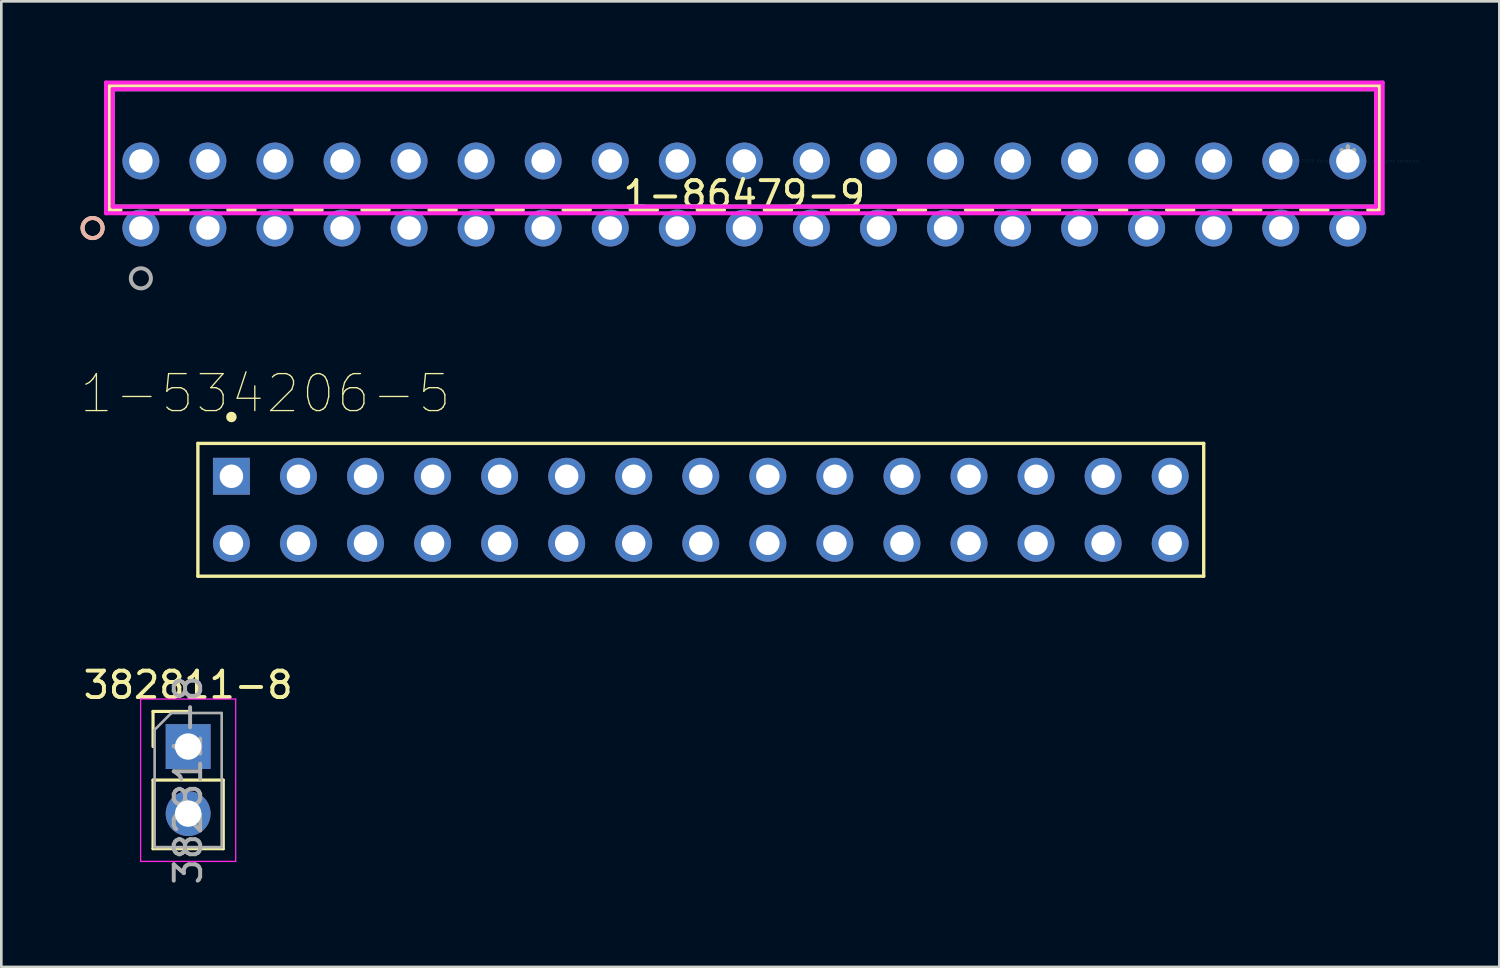
<source format=kicad_pcb>
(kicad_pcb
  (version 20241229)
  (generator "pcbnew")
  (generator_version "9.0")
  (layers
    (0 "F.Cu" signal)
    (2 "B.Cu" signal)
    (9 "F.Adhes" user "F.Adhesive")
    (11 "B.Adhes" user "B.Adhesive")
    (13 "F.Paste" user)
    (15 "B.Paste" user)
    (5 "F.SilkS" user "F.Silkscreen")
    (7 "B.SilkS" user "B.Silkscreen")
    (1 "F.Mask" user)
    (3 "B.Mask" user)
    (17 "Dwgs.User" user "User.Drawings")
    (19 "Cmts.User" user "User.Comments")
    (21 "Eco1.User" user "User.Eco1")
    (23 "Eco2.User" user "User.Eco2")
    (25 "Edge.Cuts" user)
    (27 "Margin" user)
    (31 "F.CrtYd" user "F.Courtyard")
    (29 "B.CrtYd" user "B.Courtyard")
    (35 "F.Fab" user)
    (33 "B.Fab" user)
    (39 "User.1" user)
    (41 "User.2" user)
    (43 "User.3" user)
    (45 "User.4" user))
  (footprint "382811-8"
    (layer "F.Cu")
    (at 4.077 25.229)
    (property "Reference" "382811-8" (at 0 -2.33 0) (layer "F.SilkS") (effects (font (size 1 1) (thickness 0.15))))
    (attr through_hole)
    (fp_line (start -1.33 -1.33) (end 0 -1.33) (stroke (width 0.12) (type solid)) (layer "F.SilkS"))
    (fp_line (start -1.33 0) (end -1.33 -1.33) (stroke (width 0.12) (type solid)) (layer "F.SilkS"))
    (fp_line (start -1.33 1.27) (end -1.33 3.87) (stroke (width 0.12) (type solid)) (layer "F.SilkS"))
    (fp_line (start -1.33 1.27) (end 1.33 1.27) (stroke (width 0.12) (type solid)) (layer "F.SilkS"))
    (fp_line (start -1.33 3.87) (end 1.33 3.87) (stroke (width 0.12) (type solid)) (layer "F.SilkS"))
    (fp_line (start 1.33 1.27) (end 1.33 3.87) (stroke (width 0.12) (type solid)) (layer "F.SilkS"))
    (fp_line (start -1.8 -1.8) (end -1.8 4.35) (stroke (width 0.05) (type solid)) (layer "F.CrtYd"))
    (fp_line (start -1.8 4.35) (end 1.8 4.35) (stroke (width 0.05) (type solid)) (layer "F.CrtYd"))
    (fp_line (start 1.8 -1.8) (end -1.8 -1.8) (stroke (width 0.05) (type solid)) (layer "F.CrtYd"))
    (fp_line (start 1.8 4.35) (end 1.8 -1.8) (stroke (width 0.05) (type solid)) (layer "F.CrtYd"))
    (fp_line (start -1.27 -0.635) (end -0.635 -1.27) (stroke (width 0.1) (type solid)) (layer "F.Fab"))
    (fp_line (start -1.27 3.81) (end -1.27 -0.635) (stroke (width 0.1) (type solid)) (layer "F.Fab"))
    (fp_line (start -0.635 -1.27) (end 1.27 -1.27) (stroke (width 0.1) (type solid)) (layer "F.Fab"))
    (fp_line (start 1.27 -1.27) (end 1.27 3.81) (stroke (width 0.1) (type solid)) (layer "F.Fab"))
    (fp_line (start 1.27 3.81) (end -1.27 3.81) (stroke (width 0.1) (type solid)) (layer "F.Fab"))
    (fp_text user "${REFERENCE}" (at 0 1.27 90) (layer "F.Fab") (effects (font (size 1 1) (thickness 0.15))))
    (pad "1" thru_hole rect (at 0 0) (size 1.7 1.7) (drill 1) (layers "*.Cu" "*.Mask"))
    (pad "2" thru_hole oval (at 0 2.54) (size 1.7 1.7) (drill 1) (layers "*.Cu" "*.Mask")))
  (footprint "1-86479-9"
    (layer "F.Cu")
    (at 48.006 3.048)
    (property "Reference" "1-86479-9" (at -22.86 1.27 0) (layer "F.SilkS") (effects (font (size 1 1) (thickness 0.15))))
    (attr through_hole)
    (fp_line (start -46.914 -2.845) (end -46.914 1.854) (stroke (width 0.152) (type solid)) (layer "F.SilkS"))
    (fp_line (start -46.914 1.854) (end -46.49 1.854) (stroke (width 0.152) (type solid)) (layer "F.SilkS"))
    (fp_line (start -44.95 1.854) (end -43.95 1.854) (stroke (width 0.152) (type solid)) (layer "F.SilkS"))
    (fp_line (start -42.41 1.854) (end -41.41 1.854) (stroke (width 0.152) (type solid)) (layer "F.SilkS"))
    (fp_line (start -39.87 1.854) (end -38.87 1.854) (stroke (width 0.152) (type solid)) (layer "F.SilkS"))
    (fp_line (start -37.33 1.854) (end -36.33 1.854) (stroke (width 0.152) (type solid)) (layer "F.SilkS"))
    (fp_line (start -34.79 1.854) (end -33.79 1.854) (stroke (width 0.152) (type solid)) (layer "F.SilkS"))
    (fp_line (start -32.25 1.854) (end -31.25 1.854) (stroke (width 0.152) (type solid)) (layer "F.SilkS"))
    (fp_line (start -29.71 1.854) (end -28.71 1.854) (stroke (width 0.152) (type solid)) (layer "F.SilkS"))
    (fp_line (start -27.17 1.854) (end -26.17 1.854) (stroke (width 0.152) (type solid)) (layer "F.SilkS"))
    (fp_line (start -24.63 1.854) (end -23.63 1.854) (stroke (width 0.152) (type solid)) (layer "F.SilkS"))
    (fp_line (start -22.09 1.854) (end -21.09 1.854) (stroke (width 0.152) (type solid)) (layer "F.SilkS"))
    (fp_line (start -19.55 1.854) (end -18.55 1.854) (stroke (width 0.152) (type solid)) (layer "F.SilkS"))
    (fp_line (start -17.01 1.854) (end -16.01 1.854) (stroke (width 0.152) (type solid)) (layer "F.SilkS"))
    (fp_line (start -14.47 1.854) (end -13.47 1.854) (stroke (width 0.152) (type solid)) (layer "F.SilkS"))
    (fp_line (start -11.93 1.854) (end -10.93 1.854) (stroke (width 0.152) (type solid)) (layer "F.SilkS"))
    (fp_line (start -9.39 1.854) (end -8.39 1.854) (stroke (width 0.152) (type solid)) (layer "F.SilkS"))
    (fp_line (start -6.85 1.854) (end -5.85 1.854) (stroke (width 0.152) (type solid)) (layer "F.SilkS"))
    (fp_line (start -4.31 1.854) (end -3.31 1.854) (stroke (width 0.152) (type solid)) (layer "F.SilkS"))
    (fp_line (start -1.77 1.854) (end -0.77 1.854) (stroke (width 0.152) (type solid)) (layer "F.SilkS"))
    (fp_line (start 0.77 1.854) (end 1.194 1.854) (stroke (width 0.152) (type solid)) (layer "F.SilkS"))
    (fp_line (start 1.194 -2.845) (end -46.914 -2.845) (stroke (width 0.152) (type solid)) (layer "F.SilkS"))
    (fp_line (start 1.194 1.854) (end 1.194 -2.845) (stroke (width 0.152) (type solid)) (layer "F.SilkS"))
    (fp_circle (center -47.549 2.54) (end -47.168 2.54) (stroke (width 0.152) (type solid)) (fill no) (layer "F.SilkS"))
    (fp_circle (center -47.549 2.54) (end -47.168 2.54) (stroke (width 0.152) (type solid)) (fill no) (layer "B.SilkS"))
    (fp_line (start -47.041 -2.972) (end -47.041 1.981) (stroke (width 0.152) (type solid)) (layer "F.CrtYd"))
    (fp_line (start -47.041 1.981) (end 1.321 1.981) (stroke (width 0.152) (type solid)) (layer "F.CrtYd"))
    (fp_line (start -46.787 -2.718) (end -46.787 1.727) (stroke (width 0.152) (type solid)) (layer "F.CrtYd"))
    (fp_line (start -46.787 1.727) (end 1.067 1.727) (stroke (width 0.152) (type solid)) (layer "F.CrtYd"))
    (fp_line (start 1.067 -2.718) (end -46.787 -2.718) (stroke (width 0.152) (type solid)) (layer "F.CrtYd"))
    (fp_line (start 1.067 1.727) (end 1.067 -2.718) (stroke (width 0.152) (type solid)) (layer "F.CrtYd"))
    (fp_line (start 1.321 -2.972) (end -47.041 -2.972) (stroke (width 0.152) (type solid)) (layer "F.CrtYd"))
    (fp_line (start 1.321 1.981) (end 1.321 -2.972) (stroke (width 0.152) (type solid)) (layer "F.CrtYd"))
    (fp_line (start -46.787 -2.718) (end -46.787 1.727) (stroke (width 0.152) (type solid)) (layer "F.Fab"))
    (fp_line (start -46.787 1.727) (end 1.067 1.727) (stroke (width 0.152) (type solid)) (layer "F.Fab"))
    (fp_line (start 1.067 -2.718) (end -46.787 -2.718) (stroke (width 0.152) (type solid)) (layer "F.Fab"))
    (fp_line (start 1.067 1.727) (end 1.067 -2.718) (stroke (width 0.152) (type solid)) (layer "F.Fab"))
    (fp_circle (center -45.72 4.445) (end -45.339 4.445) (stroke (width 0.152) (type solid)) (fill no) (layer "F.Fab"))
    (fp_text user "*" (at 0 0 0) (layer "F.SilkS") (effects (font (size 1 1) (thickness 0.15))))
    (fp_text user "Copyright 2016 Accelerated Designs. All rights reserved." (at 0 0 0) (layer "Cmts.User") (effects (font (size 0.127 0.127) (thickness 0.002))))
    (fp_text user "*" (at 0 0 0) (layer "F.Fab") (effects (font (size 1 1) (thickness 0.15))))
    (pad "1" thru_hole circle (at -45.72 2.54) (size 1.397 1.397) (drill 0.889) (layers "*.Cu" "*.Mask"))
    (pad "2" thru_hole circle (at -43.18 2.54) (size 1.397 1.397) (drill 0.889) (layers "*.Cu" "*.Mask"))
    (pad "3" thru_hole circle (at -40.64 2.54) (size 1.397 1.397) (drill 0.889) (layers "*.Cu" "*.Mask"))
    (pad "4" thru_hole circle (at -38.1 2.54) (size 1.397 1.397) (drill 0.889) (layers "*.Cu" "*.Mask"))
    (pad "5" thru_hole circle (at -35.56 2.54) (size 1.397 1.397) (drill 0.889) (layers "*.Cu" "*.Mask"))
    (pad "6" thru_hole circle (at -33.02 2.54) (size 1.397 1.397) (drill 0.889) (layers "*.Cu" "*.Mask"))
    (pad "7" thru_hole circle (at -30.48 2.54) (size 1.397 1.397) (drill 0.889) (layers "*.Cu" "*.Mask"))
    (pad "8" thru_hole circle (at -27.94 2.54) (size 1.397 1.397) (drill 0.889) (layers "*.Cu" "*.Mask"))
    (pad "9" thru_hole circle (at -25.4 2.54) (size 1.397 1.397) (drill 0.889) (layers "*.Cu" "*.Mask"))
    (pad "10" thru_hole circle (at -22.86 2.54) (size 1.397 1.397) (drill 0.889) (layers "*.Cu" "*.Mask"))
    (pad "11" thru_hole circle (at -20.32 2.54) (size 1.397 1.397) (drill 0.889) (layers "*.Cu" "*.Mask"))
    (pad "12" thru_hole circle (at -17.78 2.54) (size 1.397 1.397) (drill 0.889) (layers "*.Cu" "*.Mask"))
    (pad "13" thru_hole circle (at -15.24 2.54) (size 1.397 1.397) (drill 0.889) (layers "*.Cu" "*.Mask"))
    (pad "14" thru_hole circle (at -12.7 2.54) (size 1.397 1.397) (drill 0.889) (layers "*.Cu" "*.Mask"))
    (pad "15" thru_hole circle (at -10.16 2.54) (size 1.397 1.397) (drill 0.889) (layers "*.Cu" "*.Mask"))
    (pad "16" thru_hole circle (at -7.62 2.54) (size 1.397 1.397) (drill 0.889) (layers "*.Cu" "*.Mask"))
    (pad "17" thru_hole circle (at -5.08 2.54) (size 1.397 1.397) (drill 0.889) (layers "*.Cu" "*.Mask"))
    (pad "18" thru_hole circle (at -2.54 2.54) (size 1.397 1.397) (drill 0.889) (layers "*.Cu" "*.Mask"))
    (pad "19" thru_hole circle (at 0 2.54) (size 1.397 1.397) (drill 0.889) (layers "*.Cu" "*.Mask"))
    (pad "20" thru_hole circle (at -45.72 0) (size 1.397 1.397) (drill 0.889) (layers "*.Cu" "*.Mask"))
    (pad "21" thru_hole circle (at -43.18 0) (size 1.397 1.397) (drill 0.889) (layers "*.Cu" "*.Mask"))
    (pad "22" thru_hole circle (at -40.64 0) (size 1.397 1.397) (drill 0.889) (layers "*.Cu" "*.Mask"))
    (pad "23" thru_hole circle (at -38.1 0) (size 1.397 1.397) (drill 0.889) (layers "*.Cu" "*.Mask"))
    (pad "24" thru_hole circle (at -35.56 0) (size 1.397 1.397) (drill 0.889) (layers "*.Cu" "*.Mask"))
    (pad "25" thru_hole circle (at -33.02 0) (size 1.397 1.397) (drill 0.889) (layers "*.Cu" "*.Mask"))
    (pad "26" thru_hole circle (at -30.48 0) (size 1.397 1.397) (drill 0.889) (layers "*.Cu" "*.Mask"))
    (pad "27" thru_hole circle (at -27.94 0) (size 1.397 1.397) (drill 0.889) (layers "*.Cu" "*.Mask"))
    (pad "28" thru_hole circle (at -25.4 0) (size 1.397 1.397) (drill 0.889) (layers "*.Cu" "*.Mask"))
    (pad "29" thru_hole circle (at -22.86 0) (size 1.397 1.397) (drill 0.889) (layers "*.Cu" "*.Mask"))
    (pad "30" thru_hole circle (at -20.32 0) (size 1.397 1.397) (drill 0.889) (layers "*.Cu" "*.Mask"))
    (pad "31" thru_hole circle (at -17.78 0) (size 1.397 1.397) (drill 0.889) (layers "*.Cu" "*.Mask"))
    (pad "32" thru_hole circle (at -15.24 0) (size 1.397 1.397) (drill 0.889) (layers "*.Cu" "*.Mask"))
    (pad "33" thru_hole circle (at -12.7 0) (size 1.397 1.397) (drill 0.889) (layers "*.Cu" "*.Mask"))
    (pad "34" thru_hole circle (at -10.16 0) (size 1.397 1.397) (drill 0.889) (layers "*.Cu" "*.Mask"))
    (pad "35" thru_hole circle (at -7.62 0) (size 1.397 1.397) (drill 0.889) (layers "*.Cu" "*.Mask"))
    (pad "36" thru_hole circle (at -5.08 0) (size 1.397 1.397) (drill 0.889) (layers "*.Cu" "*.Mask"))
    (pad "37" thru_hole circle (at -2.54 0) (size 1.397 1.397) (drill 0.889) (layers "*.Cu" "*.Mask"))
    (pad "38" thru_hole circle (at 0 0) (size 1.397 1.397) (drill 0.889) (layers "*.Cu" "*.Mask")))
  (footprint "1-534206-5"
    (layer "F.Cu")
    (at 23.496 16.261)
    (property "Reference" "1-534206-5" (at -16.494 -4.404 0) (layer "F.SilkS") (effects (font (size 1.4 1.4) (thickness 0.05))))
    (attr through_hole)
    (fp_line (start -19.05 -2.515) (end 19.05 -2.515) (stroke (width 0.127) (type solid)) (layer "F.SilkS"))
    (fp_line (start -19.05 2.515) (end -19.05 -2.515) (stroke (width 0.127) (type solid)) (layer "F.SilkS"))
    (fp_line (start 19.05 -2.515) (end 19.05 2.515) (stroke (width 0.127) (type solid)) (layer "F.SilkS"))
    (fp_line (start 19.05 2.515) (end -19.05 2.515) (stroke (width 0.127) (type solid)) (layer "F.SilkS"))
    (fp_circle (center -17.78 -3.515) (end -17.68 -3.515) (stroke (width 0.2) (type solid)) (fill no) (layer "F.SilkS"))
    (fp_line (start -19.3 -2.765) (end 19.3 -2.765) (stroke (width 0.05) (type solid)) (layer "Eco1.User"))
    (fp_line (start -19.3 2.765) (end -19.3 -2.765) (stroke (width 0.05) (type solid)) (layer "Eco1.User"))
    (fp_line (start 19.3 -2.765) (end 19.3 2.765) (stroke (width 0.05) (type solid)) (layer "Eco1.User"))
    (fp_line (start 19.3 2.765) (end -19.3 2.765) (stroke (width 0.05) (type solid)) (layer "Eco1.User"))
    (fp_line (start -19.05 -2.515) (end 19.05 -2.515) (stroke (width 0.127) (type solid)) (layer "Eco2.User"))
    (fp_line (start -19.05 2.515) (end -19.05 -2.515) (stroke (width 0.127) (type solid)) (layer "Eco2.User"))
    (fp_line (start 19.05 -2.515) (end 19.05 2.515) (stroke (width 0.127) (type solid)) (layer "Eco2.User"))
    (fp_line (start 19.05 2.515) (end -19.05 2.515) (stroke (width 0.127) (type solid)) (layer "Eco2.User"))
    (fp_circle (center -17.78 -3.515) (end -17.68 -3.515) (stroke (width 0.2) (type solid)) (fill no) (layer "Eco2.User"))
    (pad "1" thru_hole rect (at -17.78 -1.27) (size 1.398 1.398) (drill 0.89) (layers "*.Cu" "*.Mask"))
    (pad "2" thru_hole circle (at -15.24 -1.27) (size 1.398 1.398) (drill 0.89) (layers "*.Cu" "*.Mask"))
    (pad "3" thru_hole circle (at -12.7 -1.27) (size 1.398 1.398) (drill 0.89) (layers "*.Cu" "*.Mask"))
    (pad "4" thru_hole circle (at -10.16 -1.27) (size 1.398 1.398) (drill 0.89) (layers "*.Cu" "*.Mask"))
    (pad "5" thru_hole circle (at -7.62 -1.27) (size 1.398 1.398) (drill 0.89) (layers "*.Cu" "*.Mask"))
    (pad "6" thru_hole circle (at -5.08 -1.27) (size 1.398 1.398) (drill 0.89) (layers "*.Cu" "*.Mask"))
    (pad "7" thru_hole circle (at -2.54 -1.27) (size 1.398 1.398) (drill 0.89) (layers "*.Cu" "*.Mask"))
    (pad "8" thru_hole circle (at 0 -1.27) (size 1.398 1.398) (drill 0.89) (layers "*.Cu" "*.Mask"))
    (pad "9" thru_hole circle (at 2.54 -1.27) (size 1.398 1.398) (drill 0.89) (layers "*.Cu" "*.Mask"))
    (pad "10" thru_hole circle (at 5.08 -1.27) (size 1.398 1.398) (drill 0.89) (layers "*.Cu" "*.Mask"))
    (pad "11" thru_hole circle (at 7.62 -1.27) (size 1.398 1.398) (drill 0.89) (layers "*.Cu" "*.Mask"))
    (pad "12" thru_hole circle (at 10.16 -1.27) (size 1.398 1.398) (drill 0.89) (layers "*.Cu" "*.Mask"))
    (pad "13" thru_hole circle (at 12.7 -1.27) (size 1.398 1.398) (drill 0.89) (layers "*.Cu" "*.Mask"))
    (pad "14" thru_hole circle (at 15.24 -1.27) (size 1.398 1.398) (drill 0.89) (layers "*.Cu" "*.Mask"))
    (pad "15" thru_hole circle (at 17.78 -1.27) (size 1.398 1.398) (drill 0.89) (layers "*.Cu" "*.Mask"))
    (pad "16" thru_hole circle (at -17.78 1.27) (size 1.398 1.398) (drill 0.89) (layers "*.Cu" "*.Mask"))
    (pad "17" thru_hole circle (at -15.24 1.27) (size 1.398 1.398) (drill 0.89) (layers "*.Cu" "*.Mask"))
    (pad "18" thru_hole circle (at -12.7 1.27) (size 1.398 1.398) (drill 0.89) (layers "*.Cu" "*.Mask"))
    (pad "19" thru_hole circle (at -10.16 1.27) (size 1.398 1.398) (drill 0.89) (layers "*.Cu" "*.Mask"))
    (pad "20" thru_hole circle (at -7.62 1.27) (size 1.398 1.398) (drill 0.89) (layers "*.Cu" "*.Mask"))
    (pad "21" thru_hole circle (at -5.08 1.27) (size 1.398 1.398) (drill 0.89) (layers "*.Cu" "*.Mask"))
    (pad "22" thru_hole circle (at -2.54 1.27) (size 1.398 1.398) (drill 0.89) (layers "*.Cu" "*.Mask"))
    (pad "23" thru_hole circle (at 0 1.27) (size 1.398 1.398) (drill 0.89) (layers "*.Cu" "*.Mask"))
    (pad "24" thru_hole circle (at 2.54 1.27) (size 1.398 1.398) (drill 0.89) (layers "*.Cu" "*.Mask"))
    (pad "25" thru_hole circle (at 5.08 1.27) (size 1.398 1.398) (drill 0.89) (layers "*.Cu" "*.Mask"))
    (pad "26" thru_hole circle (at 7.62 1.27) (size 1.398 1.398) (drill 0.89) (layers "*.Cu" "*.Mask"))
    (pad "27" thru_hole circle (at 10.16 1.27) (size 1.398 1.398) (drill 0.89) (layers "*.Cu" "*.Mask"))
    (pad "28" thru_hole circle (at 12.7 1.27) (size 1.398 1.398) (drill 0.89) (layers "*.Cu" "*.Mask"))
    (pad "29" thru_hole circle (at 15.24 1.27) (size 1.398 1.398) (drill 0.89) (layers "*.Cu" "*.Mask"))
    (pad "30" thru_hole circle (at 17.78 1.27) (size 1.398 1.398) (drill 0.89) (layers "*.Cu" "*.Mask")))
  (gr_rect
    (start -3 -3)
    (end 53.745 33.577)
    (stroke (width 0.1) (type default))
    (fill no)
    (layer "Edge.Cuts")))
</source>
